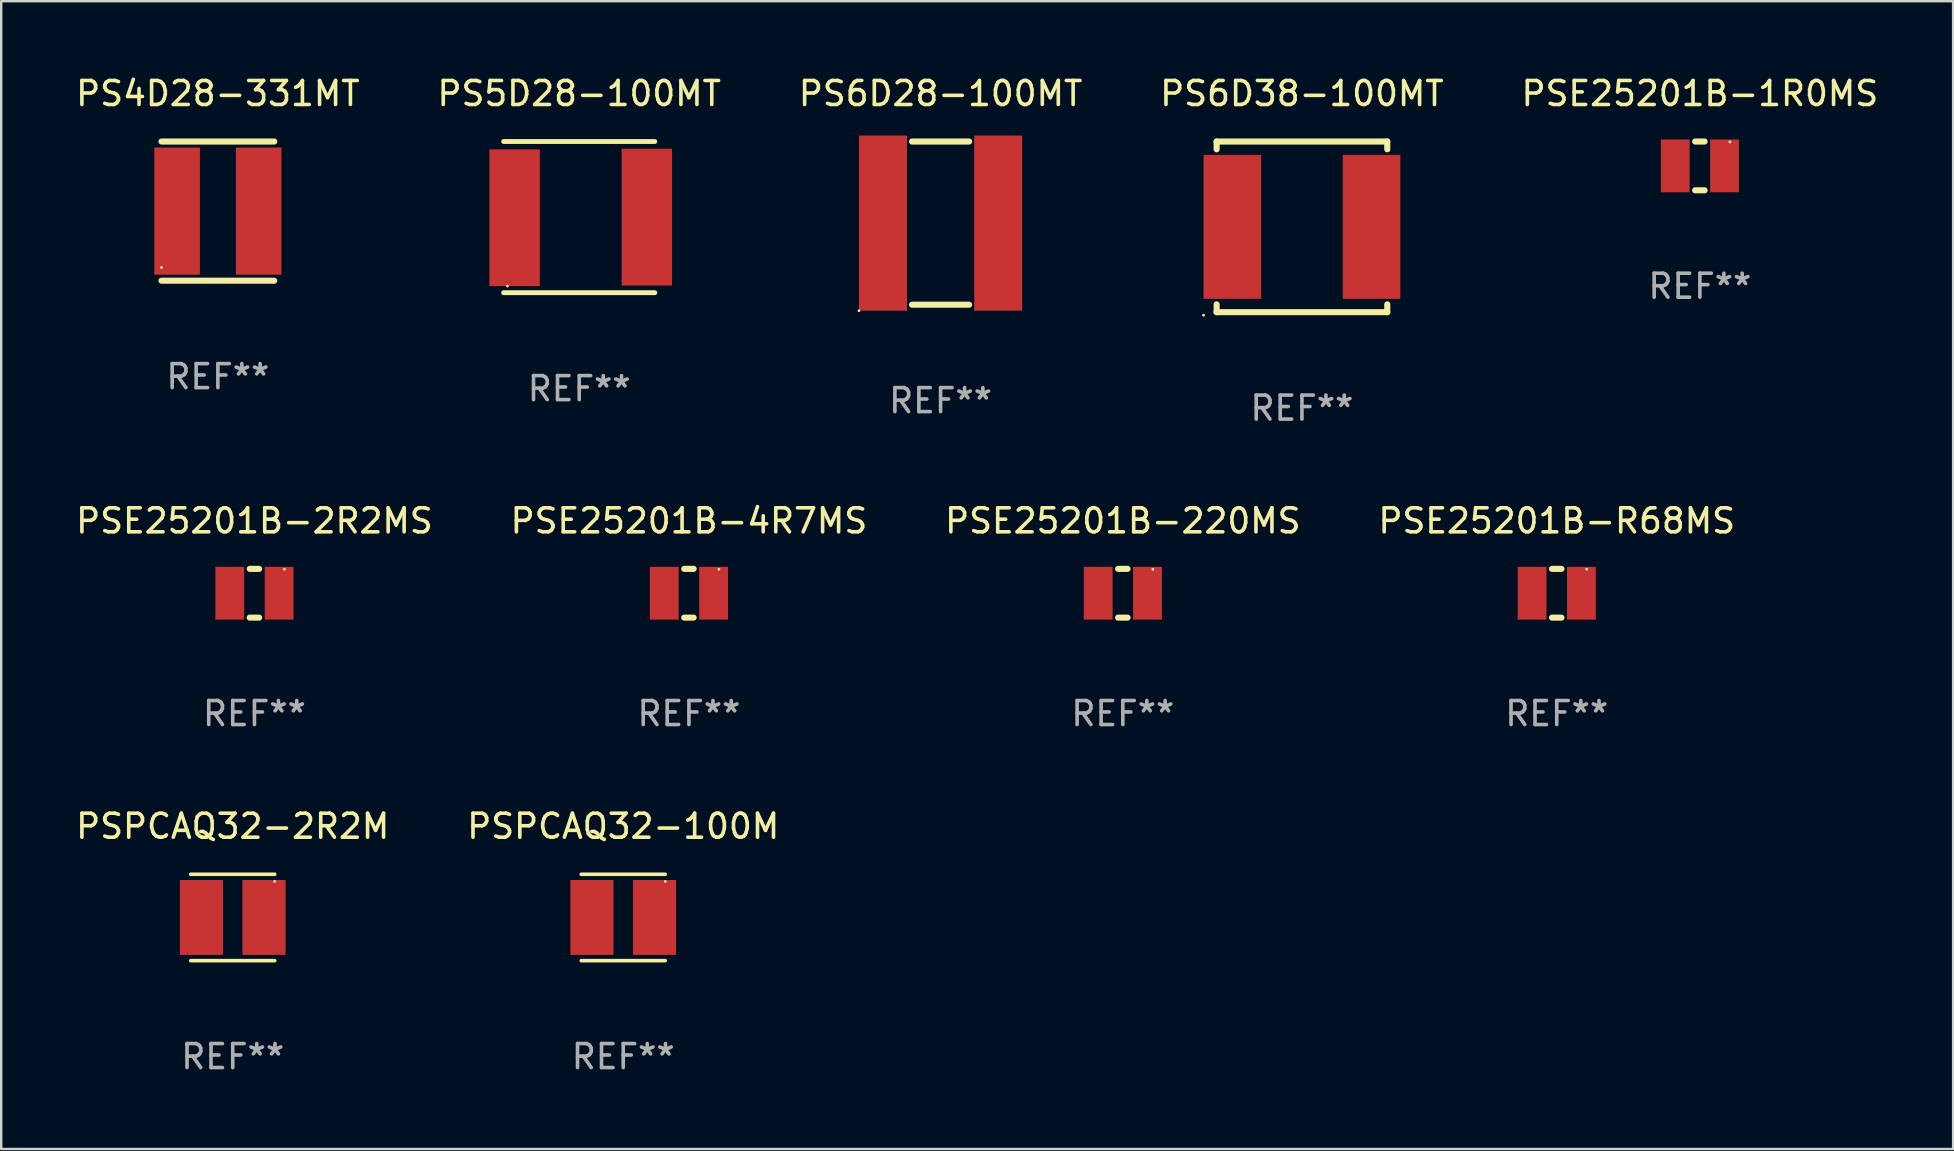
<source format=kicad_pcb>
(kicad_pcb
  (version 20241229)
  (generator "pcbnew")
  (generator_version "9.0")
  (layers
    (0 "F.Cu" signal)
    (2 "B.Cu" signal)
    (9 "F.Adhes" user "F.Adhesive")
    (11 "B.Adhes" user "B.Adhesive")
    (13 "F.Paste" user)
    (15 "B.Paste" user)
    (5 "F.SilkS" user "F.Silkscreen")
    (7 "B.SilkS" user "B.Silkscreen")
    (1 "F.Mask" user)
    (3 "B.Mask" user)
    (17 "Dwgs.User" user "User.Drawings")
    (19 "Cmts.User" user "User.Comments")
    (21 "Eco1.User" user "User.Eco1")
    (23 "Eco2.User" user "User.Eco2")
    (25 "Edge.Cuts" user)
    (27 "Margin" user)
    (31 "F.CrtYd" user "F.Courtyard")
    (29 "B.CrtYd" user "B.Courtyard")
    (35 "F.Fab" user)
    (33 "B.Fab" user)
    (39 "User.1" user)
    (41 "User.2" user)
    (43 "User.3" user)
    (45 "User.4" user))
  (footprint "PS6D38-100MT"
    (layer "F.Cu")
    (at 51.208 6.404)
    (property "Reference" "PS6D38-100MT" (at 0 -5.556 0) (layer "F.SilkS") (effects (font (size 1 1) (thickness 0.15))))
    (attr through_hole)
    (fp_line (start -3.556 -3.556) (end 3.556 -3.556) (stroke (width 0.254) (type solid)) (layer "F.SilkS"))
    (fp_line (start -3.556 -3.231) (end -3.556 -3.556) (stroke (width 0.254) (type solid)) (layer "F.SilkS"))
    (fp_line (start -3.556 3.556) (end -3.556 3.231) (stroke (width 0.254) (type solid)) (layer "F.SilkS"))
    (fp_line (start 3.556 -3.556) (end 3.556 -3.231) (stroke (width 0.254) (type solid)) (layer "F.SilkS"))
    (fp_line (start 3.556 3.231) (end 3.556 3.556) (stroke (width 0.254) (type solid)) (layer "F.SilkS"))
    (fp_line (start 3.556 3.556) (end -3.556 3.556) (stroke (width 0.254) (type solid)) (layer "F.SilkS"))
    (fp_circle (center -4.1 3.683) (end -4.07 3.683) (stroke (width 0.06) (type solid)) (fill no) (layer "F.SilkS"))
    (fp_text user "REF**" (at 0 7.556 0) (layer "F.Fab") (effects (font (size 1 1) (thickness 0.15))))
    (pad "1" smd rect (at -2.9 0) (size 2.4 6) (layers "F.Cu" "F.Mask" "F.Paste"))
    (pad "2" smd rect (at 2.9 0) (size 2.4 6) (layers "F.Cu" "F.Mask" "F.Paste")))
  (footprint "PS4D28-331MT"
    (layer "F.Cu")
    (at 6.03 5.748)
    (property "Reference" "PS4D28-331MT" (at 0 -4.9 0) (layer "F.SilkS") (effects (font (size 1 1) (thickness 0.15))))
    (attr through_hole)
    (fp_line (start -2.35 -2.9) (end 2.35 -2.9) (stroke (width 0.254) (type solid)) (layer "F.SilkS"))
    (fp_line (start -2.35 2.9) (end 2.35 2.9) (stroke (width 0.254) (type solid)) (layer "F.SilkS"))
    (fp_circle (center -2.35 2.35) (end -2.32 2.35) (stroke (width 0.06) (type solid)) (fill no) (layer "F.SilkS"))
    (fp_text user "REF**" (at 0 6.9 0) (layer "F.Fab") (effects (font (size 1 1) (thickness 0.15))))
    (pad "1" smd rect (at -1.7 0) (size 1.9 5.3) (layers "F.Cu" "F.Mask" "F.Paste"))
    (pad "2" smd rect (at 1.7 0) (size 1.9 5.3) (layers "F.Cu" "F.Mask" "F.Paste")))
  (footprint "PSE25201B-220MS"
    (layer "F.Cu")
    (at 43.744 21.673)
    (property "Reference" "PSE25201B-220MS" (at 0 -3.016 0) (layer "F.SilkS") (effects (font (size 1 1) (thickness 0.15))))
    (attr through_hole)
    (fp_line (start -0.197 1.016) (end 0.197 1.016) (stroke (width 0.254) (type solid)) (layer "F.SilkS"))
    (fp_line (start 0.197 -1.016) (end -0.197 -1.016) (stroke (width 0.254) (type solid)) (layer "F.SilkS"))
    (fp_circle (center 1.25 -1) (end 1.28 -1) (stroke (width 0.06) (type solid)) (fill no) (layer "F.SilkS"))
    (fp_text user "REF**" (at 0 5.016 0) (layer "F.Fab") (effects (font (size 1 1) (thickness 0.15))))
    (pad "1" smd rect (at 1.028 0) (size 1.2 2.2) (layers "F.Cu" "F.Mask" "F.Paste"))
    (pad "2" smd rect (at -1.028 0) (size 1.2 2.2) (layers "F.Cu" "F.Mask" "F.Paste")))
  (footprint "PSE25201B-1R0MS"
    (layer "F.Cu")
    (at 67.792 3.864)
    (property "Reference" "PSE25201B-1R0MS" (at 0 -3.016 0) (layer "F.SilkS") (effects (font (size 1 1) (thickness 0.15))))
    (attr through_hole)
    (fp_line (start -0.197 1.016) (end 0.197 1.016) (stroke (width 0.254) (type solid)) (layer "F.SilkS"))
    (fp_line (start 0.197 -1.016) (end -0.197 -1.016) (stroke (width 0.254) (type solid)) (layer "F.SilkS"))
    (fp_circle (center 1.25 -1) (end 1.28 -1) (stroke (width 0.06) (type solid)) (fill no) (layer "F.SilkS"))
    (fp_text user "REF**" (at 0 5.016 0) (layer "F.Fab") (effects (font (size 1 1) (thickness 0.15))))
    (pad "1" smd rect (at 1.028 0) (size 1.2 2.2) (layers "F.Cu" "F.Mask" "F.Paste"))
    (pad "2" smd rect (at -1.028 0) (size 1.2 2.2) (layers "F.Cu" "F.Mask" "F.Paste")))
  (footprint "PSPCAQ32-100M"
    (layer "F.Cu")
    (at 22.923 35.185)
    (property "Reference" "PSPCAQ32-100M" (at 0 -3.8 0) (layer "F.SilkS") (effects (font (size 1 1) (thickness 0.15))))
    (attr through_hole)
    (fp_line (start -1.75 -1.8) (end 1.75 -1.8) (stroke (width 0.15) (type solid)) (layer "F.SilkS"))
    (fp_line (start 1.75 1.8) (end -1.75 1.8) (stroke (width 0.15) (type solid)) (layer "F.SilkS"))
    (fp_circle (center 1.75 -1.5) (end 1.78 -1.5) (stroke (width 0.06) (type solid)) (fill no) (layer "F.SilkS"))
    (fp_text user "REF**" (at 0 5.8 0) (layer "F.Fab") (effects (font (size 1 1) (thickness 0.15))))
    (pad "1" smd rect (at 1.303 0.000051) (size 1.8 3.12) (layers "F.Cu" "F.Mask" "F.Paste"))
    (pad "2" smd rect (at -1.303 0.000051) (size 1.8 3.12) (layers "F.Cu" "F.Mask" "F.Paste")))
  (footprint "PSE25201B-R68MS"
    (layer "F.Cu")
    (at 61.827 21.673)
    (property "Reference" "PSE25201B-R68MS" (at 0 -3.016 0) (layer "F.SilkS") (effects (font (size 1 1) (thickness 0.15))))
    (attr through_hole)
    (fp_line (start -0.197 1.016) (end 0.197 1.016) (stroke (width 0.254) (type solid)) (layer "F.SilkS"))
    (fp_line (start 0.197 -1.016) (end -0.197 -1.016) (stroke (width 0.254) (type solid)) (layer "F.SilkS"))
    (fp_circle (center 1.25 -1) (end 1.28 -1) (stroke (width 0.06) (type solid)) (fill no) (layer "F.SilkS"))
    (fp_text user "REF**" (at 0 5.016 0) (layer "F.Fab") (effects (font (size 1 1) (thickness 0.15))))
    (pad "1" smd rect (at 1.028 0) (size 1.2 2.2) (layers "F.Cu" "F.Mask" "F.Paste"))
    (pad "2" smd rect (at -1.028 0) (size 1.2 2.2) (layers "F.Cu" "F.Mask" "F.Paste")))
  (footprint "PS6D28-100MT"
    (layer "F.Cu")
    (at 36.149 6.248)
    (property "Reference" "PS6D28-100MT" (at 0 -5.4 0) (layer "F.SilkS") (effects (font (size 1 1) (thickness 0.15))))
    (attr through_hole)
    (fp_line (start -1.19 -3.4) (end 1.19 -3.4) (stroke (width 0.254) (type solid)) (layer "F.SilkS"))
    (fp_line (start -1.19 3.4) (end 1.19 3.4) (stroke (width 0.254) (type solid)) (layer "F.SilkS"))
    (fp_circle (center -3.4 3.65) (end -3.37 3.65) (stroke (width 0.06) (type solid)) (fill no) (layer "F.SilkS"))
    (fp_text user "REF**" (at 0 7.4 0) (layer "F.Fab") (effects (font (size 1 1) (thickness 0.15))))
    (pad "1" smd rect (at -2.4 0 180) (size 2 7.3) (layers "F.Cu" "F.Mask" "F.Paste"))
    (pad "2" smd rect (at 2.4 0 180) (size 2 7.3) (layers "F.Cu" "F.Mask" "F.Paste")))
  (footprint "PS5D28-100MT"
    (layer "F.Cu")
    (at 21.089 5.998)
    (property "Reference" "PS5D28-100MT" (at 0 -5.15 0) (layer "F.SilkS") (effects (font (size 1 1) (thickness 0.15))))
    (attr through_hole)
    (fp_line (start -3.15 -3.15) (end 3.15 -3.15) (stroke (width 0.203) (type solid)) (layer "F.SilkS"))
    (fp_line (start -3.15 3.15) (end 3.15 3.15) (stroke (width 0.203) (type solid)) (layer "F.SilkS"))
    (fp_circle (center -2.993 2.875) (end -2.963 2.875) (stroke (width 0.06) (type solid)) (fill no) (layer "F.SilkS"))
    (fp_text user "REF**" (at 0 7.15 0) (layer "F.Fab") (effects (font (size 1 1) (thickness 0.15))))
    (pad "1" smd rect (at -2.693 0.025 90) (size 5.7 2.1) (layers "F.Cu" "F.Mask" "F.Paste"))
    (pad "2" smd rect (at 2.819 -0.000406 90) (size 5.7 2.1) (layers "F.Cu" "F.Mask" "F.Paste")))
  (footprint "PSPCAQ32-2R2M"
    (layer "F.Cu")
    (at 6.649 35.185)
    (property "Reference" "PSPCAQ32-2R2M" (at 0 -3.8 0) (layer "F.SilkS") (effects (font (size 1 1) (thickness 0.15))))
    (attr through_hole)
    (fp_line (start -1.75 -1.8) (end 1.75 -1.8) (stroke (width 0.15) (type solid)) (layer "F.SilkS"))
    (fp_line (start 1.75 1.8) (end -1.75 1.8) (stroke (width 0.15) (type solid)) (layer "F.SilkS"))
    (fp_circle (center 1.75 -1.5) (end 1.78 -1.5) (stroke (width 0.06) (type solid)) (fill no) (layer "F.SilkS"))
    (fp_text user "REF**" (at 0 5.8 0) (layer "F.Fab") (effects (font (size 1 1) (thickness 0.15))))
    (pad "1" smd rect (at 1.303 0.000051) (size 1.8 3.12) (layers "F.Cu" "F.Mask" "F.Paste"))
    (pad "2" smd rect (at -1.303 0.000051) (size 1.8 3.12) (layers "F.Cu" "F.Mask" "F.Paste")))
  (footprint "PSE25201B-4R7MS"
    (layer "F.Cu")
    (at 25.661 21.673)
    (property "Reference" "PSE25201B-4R7MS" (at 0 -3.016 0) (layer "F.SilkS") (effects (font (size 1 1) (thickness 0.15))))
    (attr through_hole)
    (fp_line (start -0.197 1.016) (end 0.197 1.016) (stroke (width 0.254) (type solid)) (layer "F.SilkS"))
    (fp_line (start 0.197 -1.016) (end -0.197 -1.016) (stroke (width 0.254) (type solid)) (layer "F.SilkS"))
    (fp_circle (center 1.25 -1) (end 1.28 -1) (stroke (width 0.06) (type solid)) (fill no) (layer "F.SilkS"))
    (fp_text user "REF**" (at 0 5.016 0) (layer "F.Fab") (effects (font (size 1 1) (thickness 0.15))))
    (pad "1" smd rect (at 1.028 0) (size 1.2 2.2) (layers "F.Cu" "F.Mask" "F.Paste"))
    (pad "2" smd rect (at -1.028 0) (size 1.2 2.2) (layers "F.Cu" "F.Mask" "F.Paste")))
  (footprint "PSE25201B-2R2MS"
    (layer "F.Cu")
    (at 7.554 21.673)
    (property "Reference" "PSE25201B-2R2MS" (at 0 -3.016 0) (layer "F.SilkS") (effects (font (size 1 1) (thickness 0.15))))
    (attr through_hole)
    (fp_line (start -0.197 1.016) (end 0.197 1.016) (stroke (width 0.254) (type solid)) (layer "F.SilkS"))
    (fp_line (start 0.197 -1.016) (end -0.197 -1.016) (stroke (width 0.254) (type solid)) (layer "F.SilkS"))
    (fp_circle (center 1.25 -1) (end 1.28 -1) (stroke (width 0.06) (type solid)) (fill no) (layer "F.SilkS"))
    (fp_text user "REF**" (at 0 5.016 0) (layer "F.Fab") (effects (font (size 1 1) (thickness 0.15))))
    (pad "1" smd rect (at 1.028 0) (size 1.2 2.2) (layers "F.Cu" "F.Mask" "F.Paste"))
    (pad "2" smd rect (at -1.028 0) (size 1.2 2.2) (layers "F.Cu" "F.Mask" "F.Paste")))
  (gr_rect
    (start -3 -3)
    (end 78.345 44.833)
    (stroke (width 0.1) (type default))
    (fill no)
    (layer "Edge.Cuts")))
</source>
